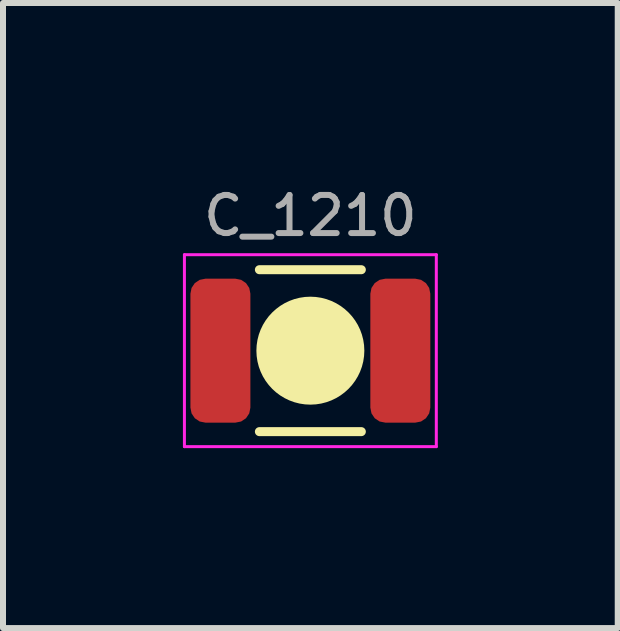
<source format=kicad_pcb>
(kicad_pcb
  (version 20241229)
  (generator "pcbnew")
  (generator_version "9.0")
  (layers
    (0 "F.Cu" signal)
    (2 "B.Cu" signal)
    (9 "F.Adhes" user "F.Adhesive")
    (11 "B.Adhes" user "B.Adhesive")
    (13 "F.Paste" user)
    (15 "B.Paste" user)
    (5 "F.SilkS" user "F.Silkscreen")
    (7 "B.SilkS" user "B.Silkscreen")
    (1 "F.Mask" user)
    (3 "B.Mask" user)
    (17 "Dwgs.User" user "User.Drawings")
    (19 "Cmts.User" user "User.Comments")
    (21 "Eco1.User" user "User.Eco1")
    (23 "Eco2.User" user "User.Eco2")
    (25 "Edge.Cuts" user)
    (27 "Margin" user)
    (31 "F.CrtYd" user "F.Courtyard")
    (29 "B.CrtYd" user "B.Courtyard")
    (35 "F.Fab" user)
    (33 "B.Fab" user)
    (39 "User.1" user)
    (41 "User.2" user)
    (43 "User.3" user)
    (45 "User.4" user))
  (footprint "C_1210"
    (layer "F.Cu")
    (at 2.125 2.797)
    (property "Reference" "C_1210" (at 0 -2.25 0) (layer "F.Fab") (effects (font (size 0.635 0.635) (thickness 0.1))))
    (attr smd)
    (fp_line (start -0.85 -1.35) (end 0.85 -1.35) (stroke (width 0.15) (type solid)) (layer "F.SilkS"))
    (fp_line (start 0.85 1.35) (end -0.85 1.35) (stroke (width 0.15) (type solid)) (layer "F.SilkS"))
    (fp_circle (center 0 0) (end 0.45 0) (stroke (width 0.9) (type solid)) (fill no) (layer "F.SilkS"))
    (fp_line (start -2.1 -1.6) (end -2.1 1.6) (stroke (width 0.05) (type solid)) (layer "F.CrtYd"))
    (fp_line (start -2.1 -1.6) (end 2.1 -1.6) (stroke (width 0.05) (type solid)) (layer "F.CrtYd"))
    (fp_line (start -2.1 1.6) (end 2.1 1.6) (stroke (width 0.05) (type solid)) (layer "F.CrtYd"))
    (fp_line (start 2.1 -1.6) (end 2.1 1.6) (stroke (width 0.05) (type solid)) (layer "F.CrtYd"))
    (pad "1" smd roundrect (at -1.5 0) (size 1 2.4) (layers "F.Cu" "F.Mask" "F.Paste") (roundrect_rratio 0.25))
    (pad "2" smd roundrect (at 1.5 0) (size 1 2.4) (layers "F.Cu" "F.Mask" "F.Paste") (roundrect_rratio 0.25)))
  (gr_rect
    (start -3 -3)
    (end 7.25 7.422)
    (stroke (width 0.1) (type default))
    (fill no)
    (layer "Edge.Cuts")))
</source>
